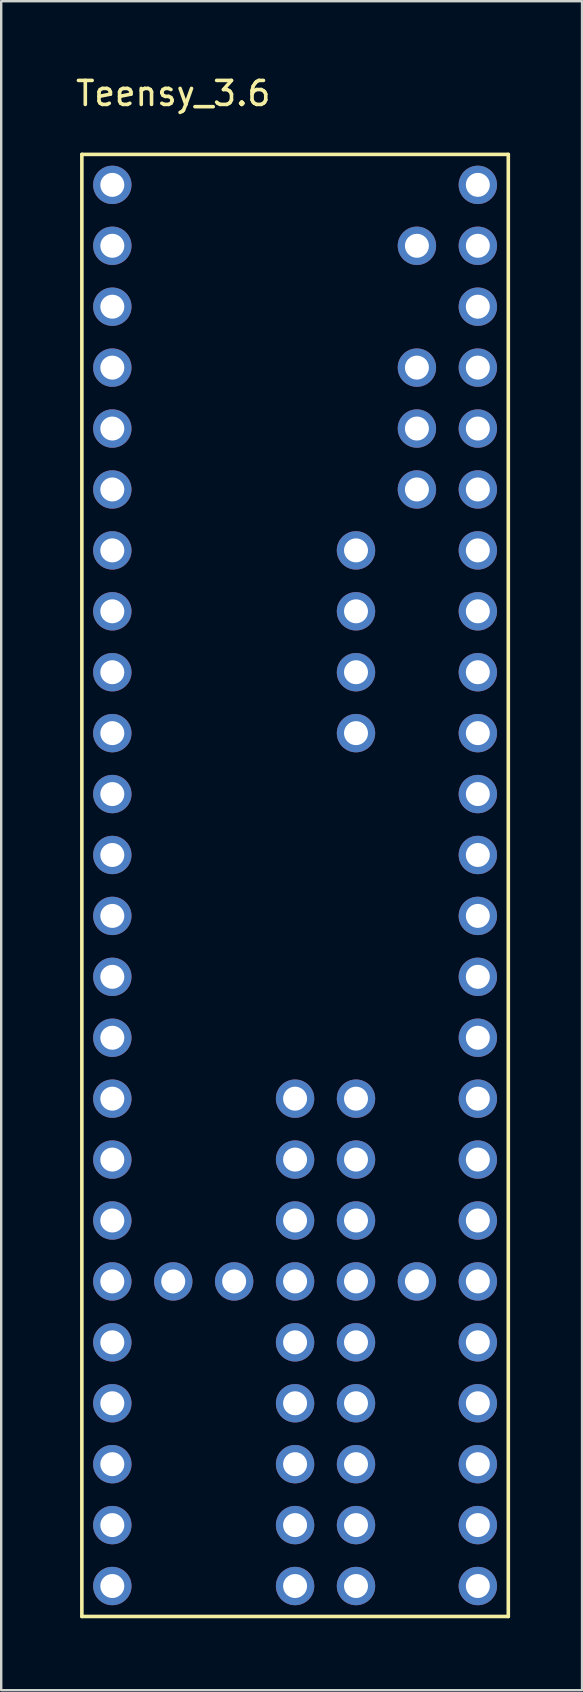
<source format=kicad_pcb>
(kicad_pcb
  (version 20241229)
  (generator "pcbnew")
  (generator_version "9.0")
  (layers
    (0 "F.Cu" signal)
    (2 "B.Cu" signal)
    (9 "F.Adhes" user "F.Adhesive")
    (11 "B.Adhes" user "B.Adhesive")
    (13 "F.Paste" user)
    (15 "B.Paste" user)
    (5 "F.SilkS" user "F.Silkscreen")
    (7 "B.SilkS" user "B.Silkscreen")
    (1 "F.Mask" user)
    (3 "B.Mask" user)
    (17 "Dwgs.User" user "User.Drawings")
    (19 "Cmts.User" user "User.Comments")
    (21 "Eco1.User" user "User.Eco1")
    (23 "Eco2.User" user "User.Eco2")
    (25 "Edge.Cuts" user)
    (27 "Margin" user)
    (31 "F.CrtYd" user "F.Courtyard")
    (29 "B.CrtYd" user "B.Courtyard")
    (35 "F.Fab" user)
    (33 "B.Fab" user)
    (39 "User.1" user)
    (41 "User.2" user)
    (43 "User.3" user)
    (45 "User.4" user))
  (footprint "Teensy_3.6"
    (layer "F.Cu")
    (at 9.253 3.388)
    (property "Reference" "Teensy_3.6" (at -5.08 -2.54 0) (layer "F.SilkS") (effects (font (size 1 1) (thickness 0.15))))
    (attr through_hole)
    (fp_line (start -8.89 0) (end -8.89 60.96) (stroke (width 0.15) (type solid)) (layer "F.SilkS"))
    (fp_line (start -8.89 60.96) (end 8.89 60.96) (stroke (width 0.15) (type solid)) (layer "F.SilkS"))
    (fp_line (start 8.89 0) (end -8.89 0) (stroke (width 0.15) (type solid)) (layer "F.SilkS"))
    (fp_line (start 8.89 60.96) (end 8.89 0) (stroke (width 0.15) (type solid)) (layer "F.SilkS"))
    (pad "1" thru_hole circle (at -7.62 1.27) (size 1.6 1.6) (drill 1) (layers "*.Cu" "*.Mask"))
    (pad "2" thru_hole circle (at -7.62 3.81) (size 1.6 1.6) (drill 1) (layers "*.Cu" "*.Mask"))
    (pad "3" thru_hole circle (at -7.62 6.35) (size 1.6 1.6) (drill 1) (layers "*.Cu" "*.Mask"))
    (pad "4" thru_hole circle (at -7.62 8.89) (size 1.6 1.6) (drill 1) (layers "*.Cu" "*.Mask"))
    (pad "5" thru_hole circle (at -7.62 11.43) (size 1.6 1.6) (drill 1) (layers "*.Cu" "*.Mask"))
    (pad "6" thru_hole circle (at -7.62 13.97) (size 1.6 1.6) (drill 1) (layers "*.Cu" "*.Mask"))
    (pad "7" thru_hole circle (at -7.62 16.51) (size 1.6 1.6) (drill 1) (layers "*.Cu" "*.Mask"))
    (pad "8" thru_hole circle (at -7.62 19.05) (size 1.6 1.6) (drill 1) (layers "*.Cu" "*.Mask"))
    (pad "9" thru_hole circle (at -7.62 21.59) (size 1.6 1.6) (drill 1) (layers "*.Cu" "*.Mask"))
    (pad "10" thru_hole circle (at -7.62 24.13) (size 1.6 1.6) (drill 1) (layers "*.Cu" "*.Mask"))
    (pad "11" thru_hole circle (at -7.62 26.67) (size 1.6 1.6) (drill 1) (layers "*.Cu" "*.Mask"))
    (pad "12" thru_hole circle (at -7.62 29.21) (size 1.6 1.6) (drill 1) (layers "*.Cu" "*.Mask"))
    (pad "13" thru_hole circle (at -7.62 31.75) (size 1.6 1.6) (drill 1) (layers "*.Cu" "*.Mask"))
    (pad "14" thru_hole circle (at -7.62 34.29) (size 1.6 1.6) (drill 1) (layers "*.Cu" "*.Mask"))
    (pad "15" thru_hole circle (at -7.62 36.83) (size 1.6 1.6) (drill 1) (layers "*.Cu" "*.Mask"))
    (pad "16" thru_hole circle (at -7.62 39.37) (size 1.6 1.6) (drill 1) (layers "*.Cu" "*.Mask"))
    (pad "17" thru_hole circle (at -7.62 41.91) (size 1.6 1.6) (drill 1) (layers "*.Cu" "*.Mask"))
    (pad "18" thru_hole circle (at -7.62 44.45) (size 1.6 1.6) (drill 1) (layers "*.Cu" "*.Mask"))
    (pad "19" thru_hole circle (at -7.62 46.99) (size 1.6 1.6) (drill 1) (layers "*.Cu" "*.Mask"))
    (pad "20" thru_hole circle (at -7.62 49.53) (size 1.6 1.6) (drill 1) (layers "*.Cu" "*.Mask"))
    (pad "21" thru_hole circle (at -7.62 52.07) (size 1.6 1.6) (drill 1) (layers "*.Cu" "*.Mask"))
    (pad "22" thru_hole circle (at -7.62 54.61) (size 1.6 1.6) (drill 1) (layers "*.Cu" "*.Mask"))
    (pad "23" thru_hole circle (at -7.62 57.15) (size 1.6 1.6) (drill 1) (layers "*.Cu" "*.Mask"))
    (pad "24" thru_hole circle (at -7.62 59.69) (size 1.6 1.6) (drill 1) (layers "*.Cu" "*.Mask"))
    (pad "25" thru_hole circle (at 0 39.37) (size 1.6 1.6) (drill 1) (layers "*.Cu" "*.Mask"))
    (pad "26" thru_hole circle (at 0 41.91) (size 1.6 1.6) (drill 1) (layers "*.Cu" "*.Mask"))
    (pad "27" thru_hole circle (at 0 44.45) (size 1.6 1.6) (drill 1) (layers "*.Cu" "*.Mask"))
    (pad "28" thru_hole circle (at 0 49.53) (size 1.6 1.6) (drill 1) (layers "*.Cu" "*.Mask"))
    (pad "29" thru_hole circle (at 0 52.07) (size 1.6 1.6) (drill 1) (layers "*.Cu" "*.Mask"))
    (pad "30" thru_hole circle (at 0 54.61) (size 1.6 1.6) (drill 1) (layers "*.Cu" "*.Mask"))
    (pad "31" thru_hole circle (at 0 57.15) (size 1.6 1.6) (drill 1) (layers "*.Cu" "*.Mask"))
    (pad "32" thru_hole circle (at 0 59.69) (size 1.6 1.6) (drill 1) (layers "*.Cu" "*.Mask"))
    (pad "33" thru_hole circle (at -5.08 46.99) (size 1.6 1.6) (drill 1) (layers "*.Cu" "*.Mask"))
    (pad "34" thru_hole circle (at -2.54 46.99) (size 1.6 1.6) (drill 1) (layers "*.Cu" "*.Mask"))
    (pad "35" thru_hole circle (at 0 46.99) (size 1.6 1.6) (drill 1) (layers "*.Cu" "*.Mask"))
    (pad "36" thru_hole circle (at 2.54 46.99) (size 1.6 1.6) (drill 1) (layers "*.Cu" "*.Mask"))
    (pad "37" thru_hole circle (at 5.08 46.99) (size 1.6 1.6) (drill 1) (layers "*.Cu" "*.Mask"))
    (pad "38" thru_hole circle (at 2.54 59.69) (size 1.6 1.6) (drill 1) (layers "*.Cu" "*.Mask"))
    (pad "39" thru_hole circle (at 2.54 57.15) (size 1.6 1.6) (drill 1) (layers "*.Cu" "*.Mask"))
    (pad "40" thru_hole circle (at 2.54 54.61) (size 1.6 1.6) (drill 1) (layers "*.Cu" "*.Mask"))
    (pad "41" thru_hole circle (at 2.54 52.07) (size 1.6 1.6) (drill 1) (layers "*.Cu" "*.Mask"))
    (pad "42" thru_hole circle (at 2.54 49.53) (size 1.6 1.6) (drill 1) (layers "*.Cu" "*.Mask"))
    (pad "43" thru_hole circle (at 2.54 44.45) (size 1.6 1.6) (drill 1) (layers "*.Cu" "*.Mask"))
    (pad "44" thru_hole circle (at 2.54 41.91) (size 1.6 1.6) (drill 1) (layers "*.Cu" "*.Mask"))
    (pad "45" thru_hole circle (at 2.54 39.37) (size 1.6 1.6) (drill 1) (layers "*.Cu" "*.Mask"))
    (pad "46" thru_hole circle (at 7.62 59.69) (size 1.6 1.6) (drill 1) (layers "*.Cu" "*.Mask"))
    (pad "47" thru_hole circle (at 7.62 57.15) (size 1.6 1.6) (drill 1) (layers "*.Cu" "*.Mask"))
    (pad "48" thru_hole circle (at 7.62 54.61) (size 1.6 1.6) (drill 1) (layers "*.Cu" "*.Mask"))
    (pad "49" thru_hole circle (at 7.62 52.07) (size 1.6 1.6) (drill 1) (layers "*.Cu" "*.Mask"))
    (pad "50" thru_hole circle (at 7.62 49.53) (size 1.6 1.6) (drill 1) (layers "*.Cu" "*.Mask"))
    (pad "51" thru_hole circle (at 7.62 46.99) (size 1.6 1.6) (drill 1) (layers "*.Cu" "*.Mask"))
    (pad "52" thru_hole circle (at 7.62 44.45) (size 1.6 1.6) (drill 1) (layers "*.Cu" "*.Mask"))
    (pad "53" thru_hole circle (at 7.62 41.91) (size 1.6 1.6) (drill 1) (layers "*.Cu" "*.Mask"))
    (pad "54" thru_hole circle (at 7.62 39.37) (size 1.6 1.6) (drill 1) (layers "*.Cu" "*.Mask"))
    (pad "55" thru_hole circle (at 7.62 36.83) (size 1.6 1.6) (drill 1) (layers "*.Cu" "*.Mask"))
    (pad "56" thru_hole circle (at 7.62 34.29) (size 1.6 1.6) (drill 1) (layers "*.Cu" "*.Mask"))
    (pad "57" thru_hole circle (at 7.62 31.75) (size 1.6 1.6) (drill 1) (layers "*.Cu" "*.Mask"))
    (pad "58" thru_hole circle (at 7.62 29.21) (size 1.6 1.6) (drill 1) (layers "*.Cu" "*.Mask"))
    (pad "59" thru_hole circle (at 7.62 26.67) (size 1.6 1.6) (drill 1) (layers "*.Cu" "*.Mask"))
    (pad "60" thru_hole circle (at 7.62 24.13) (size 1.6 1.6) (drill 1) (layers "*.Cu" "*.Mask"))
    (pad "61" thru_hole circle (at 7.62 21.59) (size 1.6 1.6) (drill 1) (layers "*.Cu" "*.Mask"))
    (pad "62" thru_hole circle (at 7.62 19.05) (size 1.6 1.6) (drill 1) (layers "*.Cu" "*.Mask"))
    (pad "63" thru_hole circle (at 7.62 16.51) (size 1.6 1.6) (drill 1) (layers "*.Cu" "*.Mask"))
    (pad "64" thru_hole circle (at 7.62 13.97) (size 1.6 1.6) (drill 1) (layers "*.Cu" "*.Mask"))
    (pad "65" thru_hole circle (at 7.62 11.43) (size 1.6 1.6) (drill 1) (layers "*.Cu" "*.Mask"))
    (pad "66" thru_hole circle (at 7.62 8.89) (size 1.6 1.6) (drill 1) (layers "*.Cu" "*.Mask"))
    (pad "67" thru_hole circle (at 7.62 6.35) (size 1.6 1.6) (drill 1) (layers "*.Cu" "*.Mask"))
    (pad "68" thru_hole circle (at 7.62 3.81) (size 1.6 1.6) (drill 1) (layers "*.Cu" "*.Mask"))
    (pad "69" thru_hole circle (at 7.62 1.27) (size 1.6 1.6) (drill 1) (layers "*.Cu" "*.Mask"))
    (pad "70" thru_hole circle (at 2.54 24.13) (size 1.6 1.6) (drill 1) (layers "*.Cu" "*.Mask"))
    (pad "71" thru_hole circle (at 2.54 21.59) (size 1.6 1.6) (drill 1) (layers "*.Cu" "*.Mask"))
    (pad "72" thru_hole circle (at 2.54 19.05) (size 1.6 1.6) (drill 1) (layers "*.Cu" "*.Mask"))
    (pad "73" thru_hole circle (at 2.54 16.51) (size 1.6 1.6) (drill 1) (layers "*.Cu" "*.Mask"))
    (pad "74" thru_hole circle (at 5.08 13.97) (size 1.6 1.6) (drill 1) (layers "*.Cu" "*.Mask"))
    (pad "75" thru_hole circle (at 5.08 11.43) (size 1.6 1.6) (drill 1) (layers "*.Cu" "*.Mask"))
    (pad "76" thru_hole circle (at 5.08 8.89) (size 1.6 1.6) (drill 1) (layers "*.Cu" "*.Mask"))
    (pad "77" thru_hole circle (at 5.08 3.81) (size 1.6 1.6) (drill 1) (layers "*.Cu" "*.Mask")))
  (gr_rect
    (start -3 -3)
    (end 21.218 67.423)
    (stroke (width 0.1) (type default))
    (fill no)
    (layer "Edge.Cuts")))
</source>
